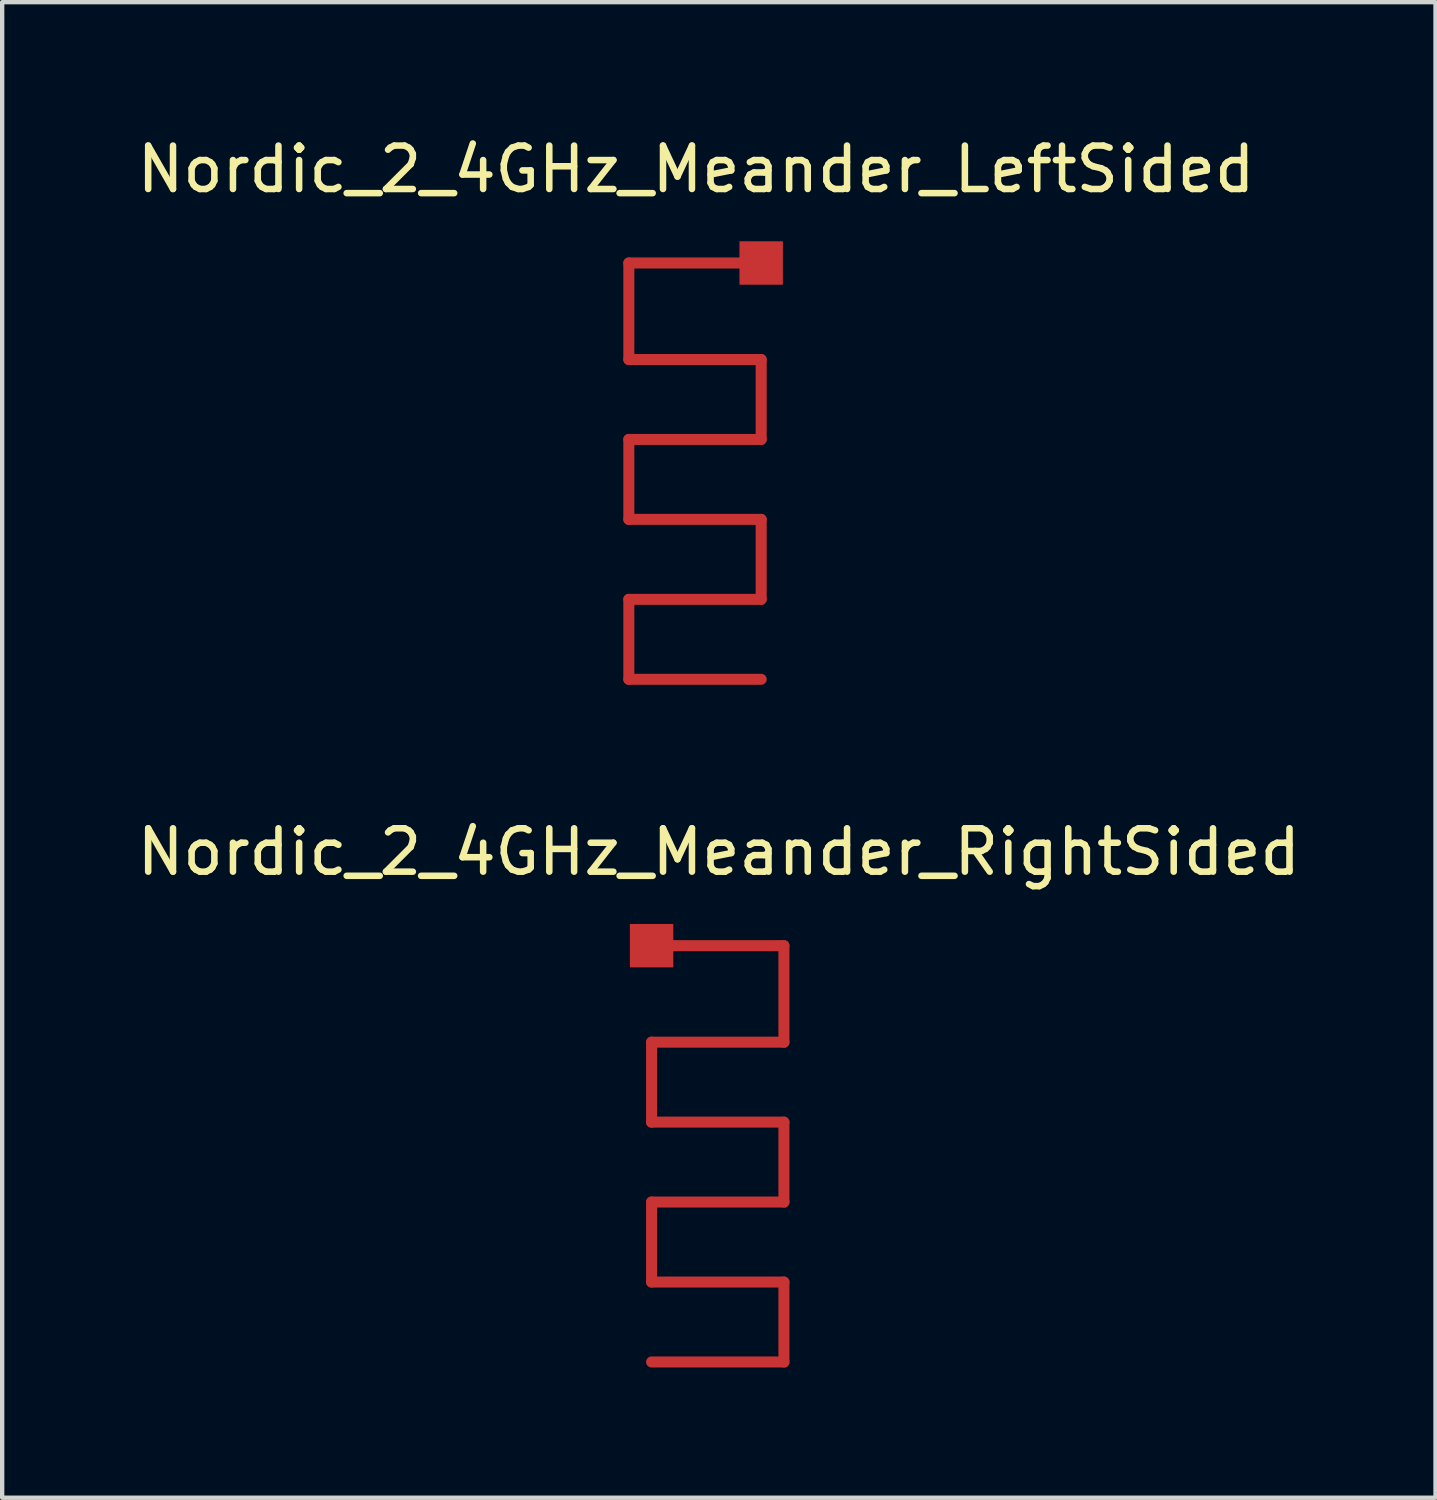
<source format=kicad_pcb>
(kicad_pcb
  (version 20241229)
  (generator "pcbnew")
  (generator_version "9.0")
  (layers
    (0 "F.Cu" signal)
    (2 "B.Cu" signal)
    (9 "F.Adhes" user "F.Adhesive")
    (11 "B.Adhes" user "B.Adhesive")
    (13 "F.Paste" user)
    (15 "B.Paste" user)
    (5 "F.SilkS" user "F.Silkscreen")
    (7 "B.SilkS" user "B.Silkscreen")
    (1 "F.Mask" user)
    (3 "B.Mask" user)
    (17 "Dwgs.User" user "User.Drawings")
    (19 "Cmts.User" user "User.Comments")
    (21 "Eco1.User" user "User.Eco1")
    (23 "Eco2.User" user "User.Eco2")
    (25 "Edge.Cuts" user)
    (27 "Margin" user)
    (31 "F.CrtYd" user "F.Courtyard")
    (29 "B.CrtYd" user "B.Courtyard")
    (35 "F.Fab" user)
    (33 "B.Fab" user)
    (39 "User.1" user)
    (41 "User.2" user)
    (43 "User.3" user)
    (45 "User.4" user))
  (footprint "Nordic_2_4GHz_Meander_LeftSided"
    (layer "F.Cu")
    (at 12.957 7.96)
    (property "Reference" "Nordic_2_4GHz_Meander_LeftSided" (at 0.025 -7.112 0) (layer "F.SilkS") (effects (font (size 1 1) (thickness 0.15))))
    (attr through_hole)
    (fp_line (start -1.524 -4.953) (end -1.524 -2.73) (stroke (width 0.254) (type solid)) (layer "F.Cu"))
    (fp_line (start -1.524 -0.889) (end -1.524 0.952) (stroke (width 0.254) (type solid)) (layer "F.Cu"))
    (fp_line (start -1.524 2.794) (end -1.524 4.635) (stroke (width 0.254) (type solid)) (layer "F.Cu"))
    (fp_line (start 1.524 -4.953) (end -1.524 -4.953) (stroke (width 0.254) (type solid)) (layer "F.Cu"))
    (fp_line (start 1.524 -2.73) (end -1.524 -2.73) (stroke (width 0.254) (type solid)) (layer "F.Cu"))
    (fp_line (start 1.524 -2.73) (end 1.524 -0.889) (stroke (width 0.254) (type solid)) (layer "F.Cu"))
    (fp_line (start 1.524 -0.889) (end -1.524 -0.889) (stroke (width 0.254) (type solid)) (layer "F.Cu"))
    (fp_line (start 1.524 0.952) (end -1.524 0.952) (stroke (width 0.254) (type solid)) (layer "F.Cu"))
    (fp_line (start 1.524 0.952) (end 1.524 2.793) (stroke (width 0.254) (type solid)) (layer "F.Cu"))
    (fp_line (start 1.524 2.794) (end -1.524 2.794) (stroke (width 0.254) (type solid)) (layer "F.Cu"))
    (fp_line (start 1.524 4.635) (end -1.524 4.635) (stroke (width 0.254) (type solid)) (layer "F.Cu"))
    (pad "1" smd rect (at 1.524 -4.953) (size 1 1) (layers "F.Cu" "F.Mask" "F.Paste")))
  (footprint "Nordic_2_4GHz_Meander_RightSided"
    (layer "F.Cu")
    (at 13.481 23.683)
    (property "Reference" "Nordic_2_4GHz_Meander_RightSided" (at 0.025 -7.112 0) (layer "F.SilkS") (effects (font (size 1 1) (thickness 0.15))))
    (attr through_hole)
    (fp_line (start -1.524 -4.953) (end 1.524 -4.953) (stroke (width 0.254) (type solid)) (layer "F.Cu"))
    (fp_line (start -1.524 -2.73) (end -1.524 -0.889) (stroke (width 0.254) (type solid)) (layer "F.Cu"))
    (fp_line (start -1.524 -2.73) (end 1.524 -2.73) (stroke (width 0.254) (type solid)) (layer "F.Cu"))
    (fp_line (start -1.524 -0.889) (end 1.524 -0.889) (stroke (width 0.254) (type solid)) (layer "F.Cu"))
    (fp_line (start -1.524 0.952) (end -1.524 2.793) (stroke (width 0.254) (type solid)) (layer "F.Cu"))
    (fp_line (start -1.524 0.952) (end 1.524 0.952) (stroke (width 0.254) (type solid)) (layer "F.Cu"))
    (fp_line (start -1.524 2.794) (end 1.524 2.794) (stroke (width 0.254) (type solid)) (layer "F.Cu"))
    (fp_line (start -1.524 4.635) (end 1.524 4.635) (stroke (width 0.254) (type solid)) (layer "F.Cu"))
    (fp_line (start 1.524 -4.953) (end 1.524 -2.73) (stroke (width 0.254) (type solid)) (layer "F.Cu"))
    (fp_line (start 1.524 -0.889) (end 1.524 0.952) (stroke (width 0.254) (type solid)) (layer "F.Cu"))
    (fp_line (start 1.524 2.794) (end 1.524 4.635) (stroke (width 0.254) (type solid)) (layer "F.Cu"))
    (pad "1" smd rect (at -1.524 -4.953) (size 1 1) (layers "F.Cu" "F.Mask" "F.Paste")))
  (gr_rect
    (start -3 -3)
    (end 30.012 31.445)
    (stroke (width 0.1) (type default))
    (fill no)
    (layer "Edge.Cuts")))
</source>
